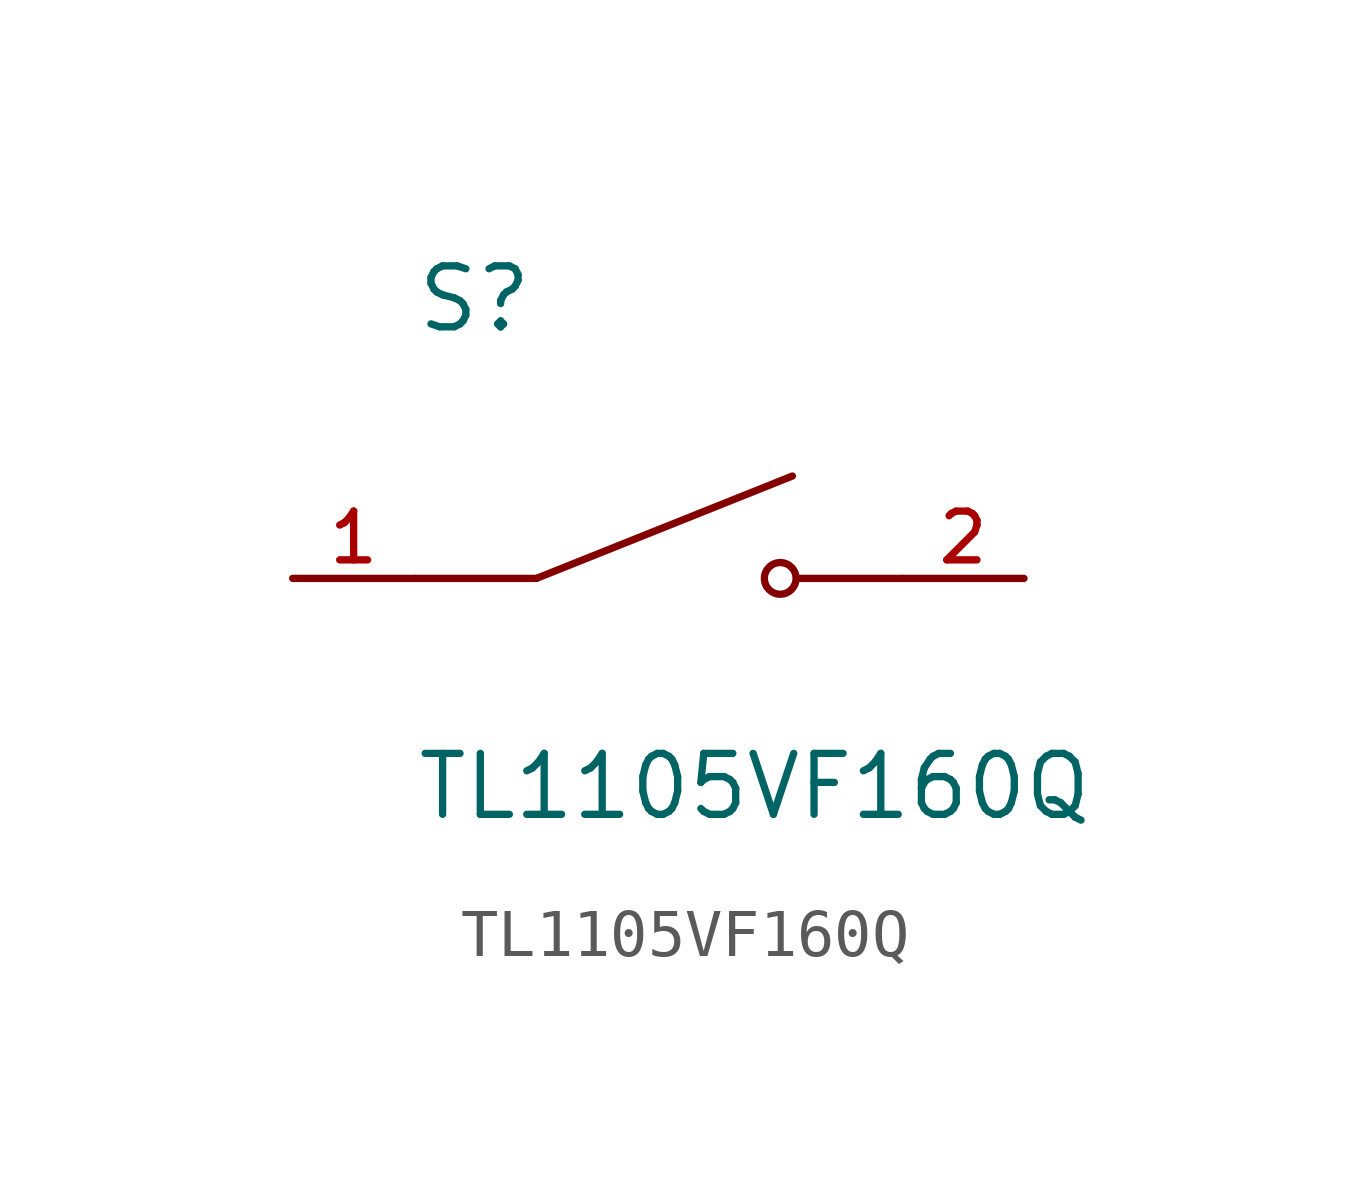
<source format=kicad_sym>
(kicad_symbol_lib
  (version 20211014)
  (generator kicad_symbol_editor)
  (symbol "TL1105VF160Q"
    (pin_names
      (offset 1.016))
    (property "Reference" "S"
      (at -5.08 5.08 0)
      (effects (font (size 1.27 1.27)) (justify bottom left)))
    (property "Value" "TL1105VF160Q"
      (at -5.08 -5.08 0)
      (effects (font (size 1.27 1.27)) (justify bottom left)))
    (symbol "TL1105VF160Q_0_0"
      (polyline (pts (xy -2.54 0.0) (xy 2.794 2.134)) (stroke (width 0.152)))
      (circle (center 2.54 0.0) (radius 0.33) (stroke (width 0.152)) (fill (type none)))
      (polyline (pts (xy 5.08 0.0) (xy 2.921 0.0)) (stroke (width 0.152)))
      (polyline (pts (xy -2.54 0.0) (xy -5.08 0.0)) (stroke (width 0.152)))
      (pin passive line (at -7.62 0.0 0) (length 2.54) (name "~" (effects (font (size 1.016 1.016)))) (number "1" (effects (font (size 1.016 1.016)))))
      (pin passive line (at 7.62 0.0 180.0) (length 2.54) (name "~" (effects (font (size 1.016 1.016)))) (number "2" (effects (font (size 1.016 1.016))))))))
</source>
